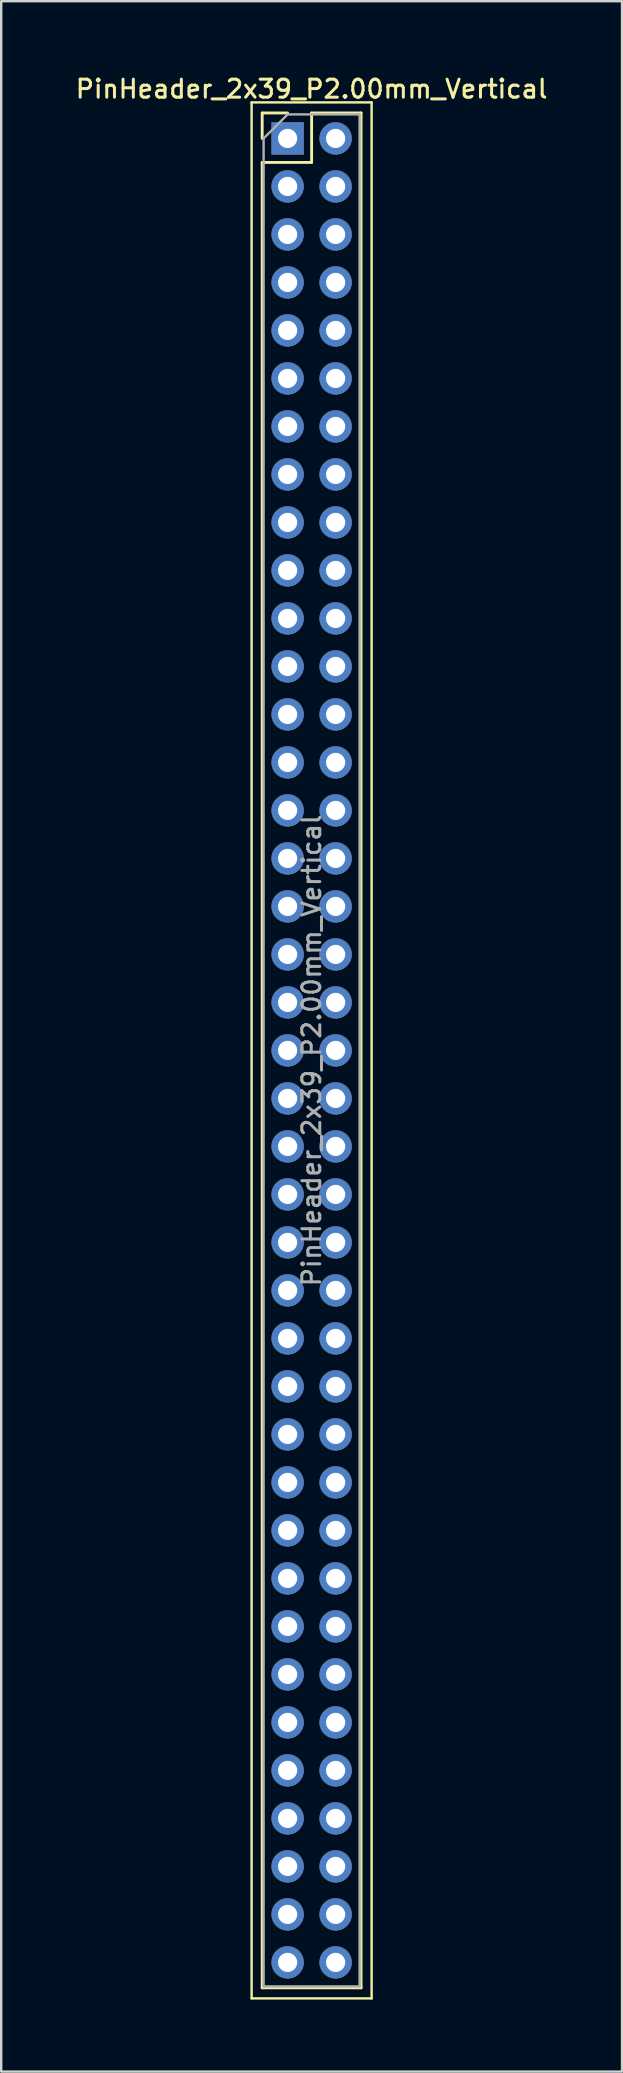
<source format=kicad_pcb>
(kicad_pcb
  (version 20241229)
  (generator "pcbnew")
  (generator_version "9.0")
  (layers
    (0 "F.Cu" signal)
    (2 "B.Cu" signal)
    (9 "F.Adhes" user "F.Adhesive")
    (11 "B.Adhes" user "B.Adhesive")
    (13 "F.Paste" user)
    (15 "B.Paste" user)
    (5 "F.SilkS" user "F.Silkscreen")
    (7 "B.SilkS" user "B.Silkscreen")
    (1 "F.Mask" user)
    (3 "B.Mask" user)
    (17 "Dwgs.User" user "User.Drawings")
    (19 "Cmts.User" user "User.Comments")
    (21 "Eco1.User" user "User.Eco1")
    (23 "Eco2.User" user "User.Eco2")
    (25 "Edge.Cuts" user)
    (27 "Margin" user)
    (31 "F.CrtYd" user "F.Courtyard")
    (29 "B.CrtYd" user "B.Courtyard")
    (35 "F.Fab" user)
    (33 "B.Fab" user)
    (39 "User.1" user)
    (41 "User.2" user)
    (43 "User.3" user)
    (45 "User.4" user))
  (footprint "PinHeader_2x39_P2.00mm_Vertical"
    (layer "F.Cu")
    (at 8.934 2.718)
    (property "Reference" "PinHeader_2x39_P2.00mm_Vertical" (at 1 -2.06 0) (layer "F.SilkS") (effects (font (size 0.75 0.75) (thickness 0.125))))
    (attr through_hole)
    (fp_line (start -1.5 -1.5) (end -1.5 77.5) (stroke (width 0.1) (type solid)) (layer "F.SilkS"))
    (fp_line (start -1.5 77.5) (end 3.5 77.5) (stroke (width 0.1) (type solid)) (layer "F.SilkS"))
    (fp_line (start -1.06 -1.06) (end 0 -1.06) (stroke (width 0.12) (type solid)) (layer "F.SilkS"))
    (fp_line (start -1.06 0) (end -1.06 -1.06) (stroke (width 0.12) (type solid)) (layer "F.SilkS"))
    (fp_line (start -1.06 1) (end -1.06 77.06) (stroke (width 0.12) (type solid)) (layer "F.SilkS"))
    (fp_line (start -1.06 1) (end 1 1) (stroke (width 0.12) (type solid)) (layer "F.SilkS"))
    (fp_line (start -1.06 77.06) (end 3.06 77.06) (stroke (width 0.12) (type solid)) (layer "F.SilkS"))
    (fp_line (start 1 -1.06) (end 3.06 -1.06) (stroke (width 0.12) (type solid)) (layer "F.SilkS"))
    (fp_line (start 1 1) (end 1 -1.06) (stroke (width 0.12) (type solid)) (layer "F.SilkS"))
    (fp_line (start 3.06 -1.06) (end 3.06 77.06) (stroke (width 0.12) (type solid)) (layer "F.SilkS"))
    (fp_line (start 3.5 -1.5) (end -1.5 -1.5) (stroke (width 0.1) (type solid)) (layer "F.SilkS"))
    (fp_line (start 3.5 77.5) (end 3.5 -1.5) (stroke (width 0.1) (type solid)) (layer "F.SilkS"))
    (fp_line (start -1 0) (end 0 -1) (stroke (width 0.1) (type solid)) (layer "F.Fab"))
    (fp_line (start -1 77) (end -1 0) (stroke (width 0.1) (type solid)) (layer "F.Fab"))
    (fp_line (start 0 -1) (end 3 -1) (stroke (width 0.1) (type solid)) (layer "F.Fab"))
    (fp_line (start 3 -1) (end 3 77) (stroke (width 0.1) (type solid)) (layer "F.Fab"))
    (fp_line (start 3 77) (end -1 77) (stroke (width 0.1) (type solid)) (layer "F.Fab"))
    (fp_text user "${REFERENCE}" (at 1 38 90) (layer "F.Fab") (effects (font (size 0.75 0.75) (thickness 0.125))))
    (pad "1" thru_hole rect (at 0 0) (size 1.35 1.35) (drill 0.8) (layers "*.Cu" "*.Mask"))
    (pad "2" thru_hole oval (at 2 0) (size 1.35 1.35) (drill 0.8) (layers "*.Cu" "*.Mask"))
    (pad "3" thru_hole oval (at 0 2) (size 1.35 1.35) (drill 0.8) (layers "*.Cu" "*.Mask"))
    (pad "4" thru_hole oval (at 2 2) (size 1.35 1.35) (drill 0.8) (layers "*.Cu" "*.Mask"))
    (pad "5" thru_hole oval (at 0 4) (size 1.35 1.35) (drill 0.8) (layers "*.Cu" "*.Mask"))
    (pad "6" thru_hole oval (at 2 4) (size 1.35 1.35) (drill 0.8) (layers "*.Cu" "*.Mask"))
    (pad "7" thru_hole oval (at 0 6) (size 1.35 1.35) (drill 0.8) (layers "*.Cu" "*.Mask"))
    (pad "8" thru_hole oval (at 2 6) (size 1.35 1.35) (drill 0.8) (layers "*.Cu" "*.Mask"))
    (pad "9" thru_hole oval (at 0 8) (size 1.35 1.35) (drill 0.8) (layers "*.Cu" "*.Mask"))
    (pad "10" thru_hole oval (at 2 8) (size 1.35 1.35) (drill 0.8) (layers "*.Cu" "*.Mask"))
    (pad "11" thru_hole oval (at 0 10) (size 1.35 1.35) (drill 0.8) (layers "*.Cu" "*.Mask"))
    (pad "12" thru_hole oval (at 2 10) (size 1.35 1.35) (drill 0.8) (layers "*.Cu" "*.Mask"))
    (pad "13" thru_hole oval (at 0 12) (size 1.35 1.35) (drill 0.8) (layers "*.Cu" "*.Mask"))
    (pad "14" thru_hole oval (at 2 12) (size 1.35 1.35) (drill 0.8) (layers "*.Cu" "*.Mask"))
    (pad "15" thru_hole oval (at 0 14) (size 1.35 1.35) (drill 0.8) (layers "*.Cu" "*.Mask"))
    (pad "16" thru_hole oval (at 2 14) (size 1.35 1.35) (drill 0.8) (layers "*.Cu" "*.Mask"))
    (pad "17" thru_hole oval (at 0 16) (size 1.35 1.35) (drill 0.8) (layers "*.Cu" "*.Mask"))
    (pad "18" thru_hole oval (at 2 16) (size 1.35 1.35) (drill 0.8) (layers "*.Cu" "*.Mask"))
    (pad "19" thru_hole oval (at 0 18) (size 1.35 1.35) (drill 0.8) (layers "*.Cu" "*.Mask"))
    (pad "20" thru_hole oval (at 2 18) (size 1.35 1.35) (drill 0.8) (layers "*.Cu" "*.Mask"))
    (pad "21" thru_hole oval (at 0 20) (size 1.35 1.35) (drill 0.8) (layers "*.Cu" "*.Mask"))
    (pad "22" thru_hole oval (at 2 20) (size 1.35 1.35) (drill 0.8) (layers "*.Cu" "*.Mask"))
    (pad "23" thru_hole oval (at 0 22) (size 1.35 1.35) (drill 0.8) (layers "*.Cu" "*.Mask"))
    (pad "24" thru_hole oval (at 2 22) (size 1.35 1.35) (drill 0.8) (layers "*.Cu" "*.Mask"))
    (pad "25" thru_hole oval (at 0 24) (size 1.35 1.35) (drill 0.8) (layers "*.Cu" "*.Mask"))
    (pad "26" thru_hole oval (at 2 24) (size 1.35 1.35) (drill 0.8) (layers "*.Cu" "*.Mask"))
    (pad "27" thru_hole oval (at 0 26) (size 1.35 1.35) (drill 0.8) (layers "*.Cu" "*.Mask"))
    (pad "28" thru_hole oval (at 2 26) (size 1.35 1.35) (drill 0.8) (layers "*.Cu" "*.Mask"))
    (pad "29" thru_hole oval (at 0 28) (size 1.35 1.35) (drill 0.8) (layers "*.Cu" "*.Mask"))
    (pad "30" thru_hole oval (at 2 28) (size 1.35 1.35) (drill 0.8) (layers "*.Cu" "*.Mask"))
    (pad "31" thru_hole oval (at 0 30) (size 1.35 1.35) (drill 0.8) (layers "*.Cu" "*.Mask"))
    (pad "32" thru_hole oval (at 2 30) (size 1.35 1.35) (drill 0.8) (layers "*.Cu" "*.Mask"))
    (pad "33" thru_hole oval (at 0 32) (size 1.35 1.35) (drill 0.8) (layers "*.Cu" "*.Mask"))
    (pad "34" thru_hole oval (at 2 32) (size 1.35 1.35) (drill 0.8) (layers "*.Cu" "*.Mask"))
    (pad "35" thru_hole oval (at 0 34) (size 1.35 1.35) (drill 0.8) (layers "*.Cu" "*.Mask"))
    (pad "36" thru_hole oval (at 2 34) (size 1.35 1.35) (drill 0.8) (layers "*.Cu" "*.Mask"))
    (pad "37" thru_hole oval (at 0 36) (size 1.35 1.35) (drill 0.8) (layers "*.Cu" "*.Mask"))
    (pad "38" thru_hole oval (at 2 36) (size 1.35 1.35) (drill 0.8) (layers "*.Cu" "*.Mask"))
    (pad "39" thru_hole oval (at 0 38) (size 1.35 1.35) (drill 0.8) (layers "*.Cu" "*.Mask"))
    (pad "40" thru_hole oval (at 2 38) (size 1.35 1.35) (drill 0.8) (layers "*.Cu" "*.Mask"))
    (pad "41" thru_hole oval (at 0 40) (size 1.35 1.35) (drill 0.8) (layers "*.Cu" "*.Mask"))
    (pad "42" thru_hole oval (at 2 40) (size 1.35 1.35) (drill 0.8) (layers "*.Cu" "*.Mask"))
    (pad "43" thru_hole oval (at 0 42) (size 1.35 1.35) (drill 0.8) (layers "*.Cu" "*.Mask"))
    (pad "44" thru_hole oval (at 2 42) (size 1.35 1.35) (drill 0.8) (layers "*.Cu" "*.Mask"))
    (pad "45" thru_hole oval (at 0 44) (size 1.35 1.35) (drill 0.8) (layers "*.Cu" "*.Mask"))
    (pad "46" thru_hole oval (at 2 44) (size 1.35 1.35) (drill 0.8) (layers "*.Cu" "*.Mask"))
    (pad "47" thru_hole oval (at 0 46) (size 1.35 1.35) (drill 0.8) (layers "*.Cu" "*.Mask"))
    (pad "48" thru_hole oval (at 2 46) (size 1.35 1.35) (drill 0.8) (layers "*.Cu" "*.Mask"))
    (pad "49" thru_hole oval (at 0 48) (size 1.35 1.35) (drill 0.8) (layers "*.Cu" "*.Mask"))
    (pad "50" thru_hole oval (at 2 48) (size 1.35 1.35) (drill 0.8) (layers "*.Cu" "*.Mask"))
    (pad "51" thru_hole oval (at 0 50) (size 1.35 1.35) (drill 0.8) (layers "*.Cu" "*.Mask"))
    (pad "52" thru_hole oval (at 2 50) (size 1.35 1.35) (drill 0.8) (layers "*.Cu" "*.Mask"))
    (pad "53" thru_hole oval (at 0 52) (size 1.35 1.35) (drill 0.8) (layers "*.Cu" "*.Mask"))
    (pad "54" thru_hole oval (at 2 52) (size 1.35 1.35) (drill 0.8) (layers "*.Cu" "*.Mask"))
    (pad "55" thru_hole oval (at 0 54) (size 1.35 1.35) (drill 0.8) (layers "*.Cu" "*.Mask"))
    (pad "56" thru_hole oval (at 2 54) (size 1.35 1.35) (drill 0.8) (layers "*.Cu" "*.Mask"))
    (pad "57" thru_hole oval (at 0 56) (size 1.35 1.35) (drill 0.8) (layers "*.Cu" "*.Mask"))
    (pad "58" thru_hole oval (at 2 56) (size 1.35 1.35) (drill 0.8) (layers "*.Cu" "*.Mask"))
    (pad "59" thru_hole oval (at 0 58) (size 1.35 1.35) (drill 0.8) (layers "*.Cu" "*.Mask"))
    (pad "60" thru_hole oval (at 2 58) (size 1.35 1.35) (drill 0.8) (layers "*.Cu" "*.Mask"))
    (pad "61" thru_hole oval (at 0 60) (size 1.35 1.35) (drill 0.8) (layers "*.Cu" "*.Mask"))
    (pad "62" thru_hole oval (at 2 60) (size 1.35 1.35) (drill 0.8) (layers "*.Cu" "*.Mask"))
    (pad "63" thru_hole oval (at 0 62) (size 1.35 1.35) (drill 0.8) (layers "*.Cu" "*.Mask"))
    (pad "64" thru_hole oval (at 2 62) (size 1.35 1.35) (drill 0.8) (layers "*.Cu" "*.Mask"))
    (pad "65" thru_hole oval (at 0 64) (size 1.35 1.35) (drill 0.8) (layers "*.Cu" "*.Mask"))
    (pad "66" thru_hole oval (at 2 64) (size 1.35 1.35) (drill 0.8) (layers "*.Cu" "*.Mask"))
    (pad "67" thru_hole oval (at 0 66) (size 1.35 1.35) (drill 0.8) (layers "*.Cu" "*.Mask"))
    (pad "68" thru_hole oval (at 2 66) (size 1.35 1.35) (drill 0.8) (layers "*.Cu" "*.Mask"))
    (pad "69" thru_hole oval (at 0 68) (size 1.35 1.35) (drill 0.8) (layers "*.Cu" "*.Mask"))
    (pad "70" thru_hole oval (at 2 68) (size 1.35 1.35) (drill 0.8) (layers "*.Cu" "*.Mask"))
    (pad "71" thru_hole oval (at 0 70) (size 1.35 1.35) (drill 0.8) (layers "*.Cu" "*.Mask"))
    (pad "72" thru_hole oval (at 2 70) (size 1.35 1.35) (drill 0.8) (layers "*.Cu" "*.Mask"))
    (pad "73" thru_hole oval (at 0 72) (size 1.35 1.35) (drill 0.8) (layers "*.Cu" "*.Mask"))
    (pad "74" thru_hole oval (at 2 72) (size 1.35 1.35) (drill 0.8) (layers "*.Cu" "*.Mask"))
    (pad "75" thru_hole oval (at 0 74) (size 1.35 1.35) (drill 0.8) (layers "*.Cu" "*.Mask"))
    (pad "76" thru_hole oval (at 2 74) (size 1.35 1.35) (drill 0.8) (layers "*.Cu" "*.Mask"))
    (pad "77" thru_hole oval (at 0 76) (size 1.35 1.35) (drill 0.8) (layers "*.Cu" "*.Mask"))
    (pad "78" thru_hole oval (at 2 76) (size 1.35 1.35) (drill 0.8) (layers "*.Cu" "*.Mask")))
  (gr_rect
    (start -3 -3)
    (end 22.868 83.268)
    (stroke (width 0.1) (type default))
    (fill no)
    (layer "Edge.Cuts")))
</source>
